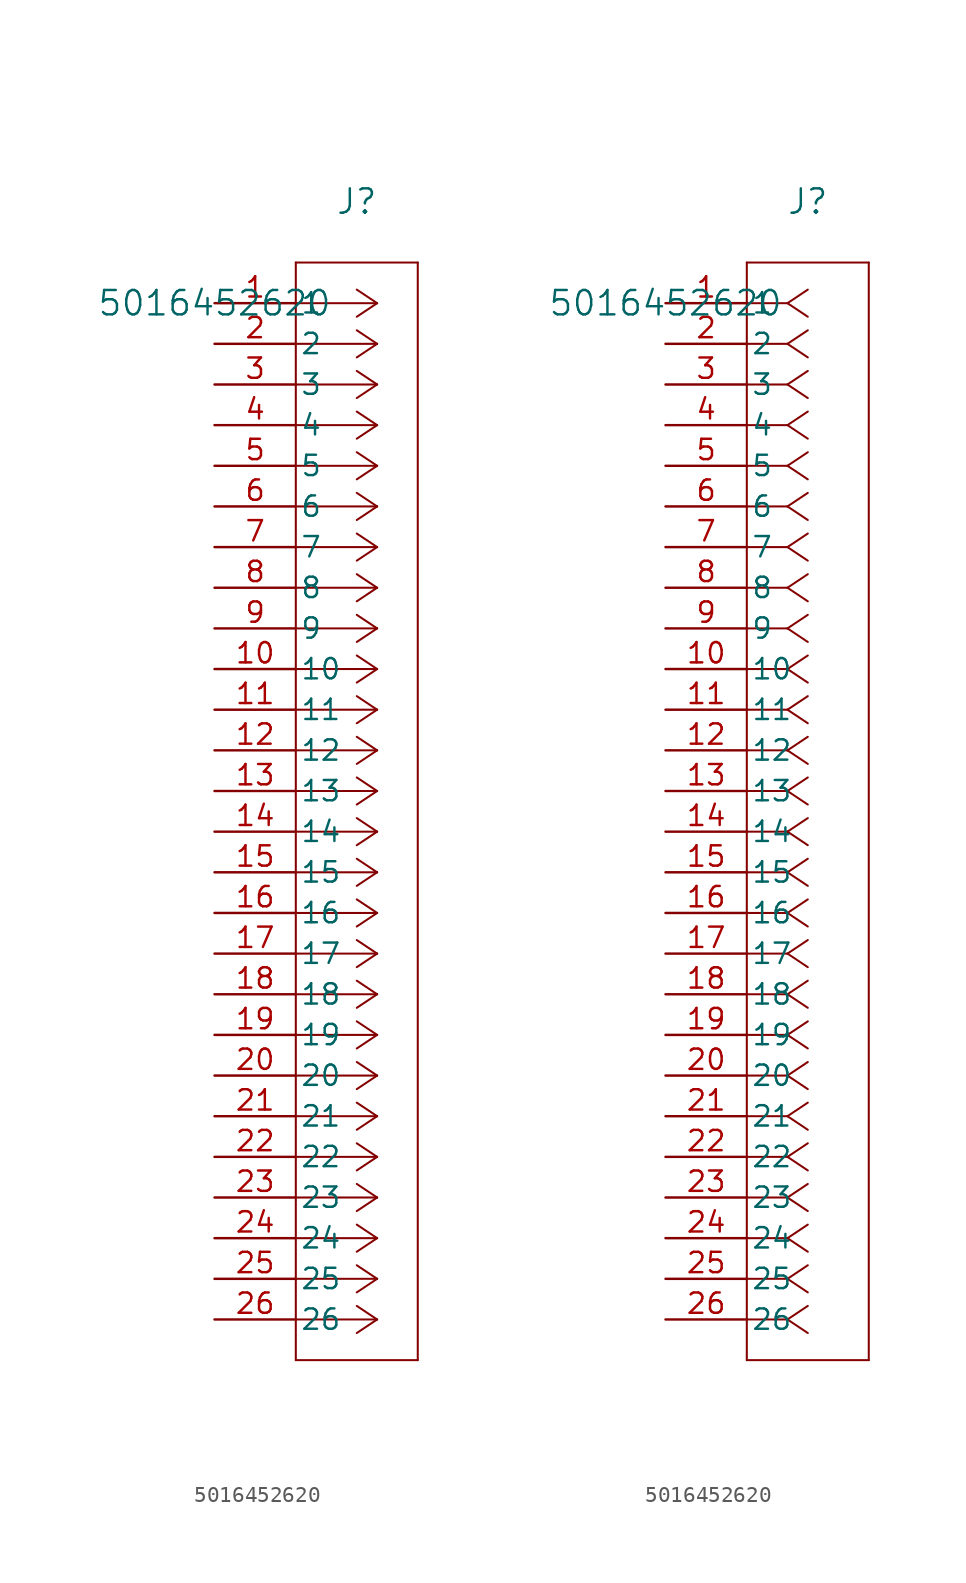
<source format=kicad_sym>
(kicad_symbol_lib
  (version 20211014)
  (generator kicad_symbol_editor)
  (symbol "5016452620"
    (pin_names
      (offset 0.254))
    (property "Reference" "J"
      (at 8.89 6.35 0)
      (effects (font (size 1.524 1.524))))
    (property "Value" "5016452620"
      (at 0 0 0)
      (effects (font (size 1.524 1.524))))
    (symbol "5016452620_1_1"
      (polyline (pts (xy 10.16 0) (xy 5.08 0)) (stroke (width 0.127) (type default) (color 0 0 0 0)) (fill (type none)))
      (polyline (pts (xy 10.16 -2.54) (xy 5.08 -2.54)) (stroke (width 0.127) (type default) (color 0 0 0 0)) (fill (type none)))
      (polyline (pts (xy 10.16 -5.08) (xy 5.08 -5.08)) (stroke (width 0.127) (type default) (color 0 0 0 0)) (fill (type none)))
      (polyline (pts (xy 10.16 -7.62) (xy 5.08 -7.62)) (stroke (width 0.127) (type default) (color 0 0 0 0)) (fill (type none)))
      (polyline (pts (xy 10.16 -10.16) (xy 5.08 -10.16)) (stroke (width 0.127) (type default) (color 0 0 0 0)) (fill (type none)))
      (polyline (pts (xy 10.16 -12.7) (xy 5.08 -12.7)) (stroke (width 0.127) (type default) (color 0 0 0 0)) (fill (type none)))
      (polyline (pts (xy 10.16 -15.24) (xy 5.08 -15.24)) (stroke (width 0.127) (type default) (color 0 0 0 0)) (fill (type none)))
      (polyline (pts (xy 10.16 -17.78) (xy 5.08 -17.78)) (stroke (width 0.127) (type default) (color 0 0 0 0)) (fill (type none)))
      (polyline (pts (xy 10.16 -20.32) (xy 5.08 -20.32)) (stroke (width 0.127) (type default) (color 0 0 0 0)) (fill (type none)))
      (polyline (pts (xy 10.16 -22.86) (xy 5.08 -22.86)) (stroke (width 0.127) (type default) (color 0 0 0 0)) (fill (type none)))
      (polyline (pts (xy 10.16 -25.4) (xy 5.08 -25.4)) (stroke (width 0.127) (type default) (color 0 0 0 0)) (fill (type none)))
      (polyline (pts (xy 10.16 -27.94) (xy 5.08 -27.94)) (stroke (width 0.127) (type default) (color 0 0 0 0)) (fill (type none)))
      (polyline (pts (xy 10.16 -30.48) (xy 5.08 -30.48)) (stroke (width 0.127) (type default) (color 0 0 0 0)) (fill (type none)))
      (polyline (pts (xy 10.16 -33.02) (xy 5.08 -33.02)) (stroke (width 0.127) (type default) (color 0 0 0 0)) (fill (type none)))
      (polyline (pts (xy 10.16 -35.56) (xy 5.08 -35.56)) (stroke (width 0.127) (type default) (color 0 0 0 0)) (fill (type none)))
      (polyline (pts (xy 10.16 -38.1) (xy 5.08 -38.1)) (stroke (width 0.127) (type default) (color 0 0 0 0)) (fill (type none)))
      (polyline (pts (xy 10.16 -40.64) (xy 5.08 -40.64)) (stroke (width 0.127) (type default) (color 0 0 0 0)) (fill (type none)))
      (polyline (pts (xy 10.16 -43.18) (xy 5.08 -43.18)) (stroke (width 0.127) (type default) (color 0 0 0 0)) (fill (type none)))
      (polyline (pts (xy 10.16 -45.72) (xy 5.08 -45.72)) (stroke (width 0.127) (type default) (color 0 0 0 0)) (fill (type none)))
      (polyline (pts (xy 10.16 -48.26) (xy 5.08 -48.26)) (stroke (width 0.127) (type default) (color 0 0 0 0)) (fill (type none)))
      (polyline (pts (xy 10.16 -50.8) (xy 5.08 -50.8)) (stroke (width 0.127) (type default) (color 0 0 0 0)) (fill (type none)))
      (polyline (pts (xy 10.16 -53.34) (xy 5.08 -53.34)) (stroke (width 0.127) (type default) (color 0 0 0 0)) (fill (type none)))
      (polyline (pts (xy 10.16 -55.88) (xy 5.08 -55.88)) (stroke (width 0.127) (type default) (color 0 0 0 0)) (fill (type none)))
      (polyline (pts (xy 10.16 -58.42) (xy 5.08 -58.42)) (stroke (width 0.127) (type default) (color 0 0 0 0)) (fill (type none)))
      (polyline (pts (xy 10.16 -60.96) (xy 5.08 -60.96)) (stroke (width 0.127) (type default) (color 0 0 0 0)) (fill (type none)))
      (polyline (pts (xy 10.16 -63.5) (xy 5.08 -63.5)) (stroke (width 0.127) (type default) (color 0 0 0 0)) (fill (type none)))
      (polyline (pts (xy 10.16 0) (xy 8.89 0.847)) (stroke (width 0.127) (type default) (color 0 0 0 0)) (fill (type none)))
      (polyline (pts (xy 10.16 -2.54) (xy 8.89 -1.693)) (stroke (width 0.127) (type default) (color 0 0 0 0)) (fill (type none)))
      (polyline (pts (xy 10.16 -5.08) (xy 8.89 -4.233)) (stroke (width 0.127) (type default) (color 0 0 0 0)) (fill (type none)))
      (polyline (pts (xy 10.16 -7.62) (xy 8.89 -6.773)) (stroke (width 0.127) (type default) (color 0 0 0 0)) (fill (type none)))
      (polyline (pts (xy 10.16 -10.16) (xy 8.89 -9.313)) (stroke (width 0.127) (type default) (color 0 0 0 0)) (fill (type none)))
      (polyline (pts (xy 10.16 -12.7) (xy 8.89 -11.853)) (stroke (width 0.127) (type default) (color 0 0 0 0)) (fill (type none)))
      (polyline (pts (xy 10.16 -15.24) (xy 8.89 -14.393)) (stroke (width 0.127) (type default) (color 0 0 0 0)) (fill (type none)))
      (polyline (pts (xy 10.16 -17.78) (xy 8.89 -16.933)) (stroke (width 0.127) (type default) (color 0 0 0 0)) (fill (type none)))
      (polyline (pts (xy 10.16 -20.32) (xy 8.89 -19.473)) (stroke (width 0.127) (type default) (color 0 0 0 0)) (fill (type none)))
      (polyline (pts (xy 10.16 -22.86) (xy 8.89 -22.013)) (stroke (width 0.127) (type default) (color 0 0 0 0)) (fill (type none)))
      (polyline (pts (xy 10.16 -25.4) (xy 8.89 -24.553)) (stroke (width 0.127) (type default) (color 0 0 0 0)) (fill (type none)))
      (polyline (pts (xy 10.16 -27.94) (xy 8.89 -27.093)) (stroke (width 0.127) (type default) (color 0 0 0 0)) (fill (type none)))
      (polyline (pts (xy 10.16 -30.48) (xy 8.89 -29.633)) (stroke (width 0.127) (type default) (color 0 0 0 0)) (fill (type none)))
      (polyline (pts (xy 10.16 -33.02) (xy 8.89 -32.173)) (stroke (width 0.127) (type default) (color 0 0 0 0)) (fill (type none)))
      (polyline (pts (xy 10.16 -35.56) (xy 8.89 -34.713)) (stroke (width 0.127) (type default) (color 0 0 0 0)) (fill (type none)))
      (polyline (pts (xy 10.16 -38.1) (xy 8.89 -37.253)) (stroke (width 0.127) (type default) (color 0 0 0 0)) (fill (type none)))
      (polyline (pts (xy 10.16 -40.64) (xy 8.89 -39.793)) (stroke (width 0.127) (type default) (color 0 0 0 0)) (fill (type none)))
      (polyline (pts (xy 10.16 -43.18) (xy 8.89 -42.333)) (stroke (width 0.127) (type default) (color 0 0 0 0)) (fill (type none)))
      (polyline (pts (xy 10.16 -45.72) (xy 8.89 -44.873)) (stroke (width 0.127) (type default) (color 0 0 0 0)) (fill (type none)))
      (polyline (pts (xy 10.16 -48.26) (xy 8.89 -47.413)) (stroke (width 0.127) (type default) (color 0 0 0 0)) (fill (type none)))
      (polyline (pts (xy 10.16 -50.8) (xy 8.89 -49.953)) (stroke (width 0.127) (type default) (color 0 0 0 0)) (fill (type none)))
      (polyline (pts (xy 10.16 -53.34) (xy 8.89 -52.493)) (stroke (width 0.127) (type default) (color 0 0 0 0)) (fill (type none)))
      (polyline (pts (xy 10.16 -55.88) (xy 8.89 -55.033)) (stroke (width 0.127) (type default) (color 0 0 0 0)) (fill (type none)))
      (polyline (pts (xy 10.16 -58.42) (xy 8.89 -57.573)) (stroke (width 0.127) (type default) (color 0 0 0 0)) (fill (type none)))
      (polyline (pts (xy 10.16 -60.96) (xy 8.89 -60.113)) (stroke (width 0.127) (type default) (color 0 0 0 0)) (fill (type none)))
      (polyline (pts (xy 10.16 -63.5) (xy 8.89 -62.653)) (stroke (width 0.127) (type default) (color 0 0 0 0)) (fill (type none)))
      (polyline (pts (xy 10.16 0) (xy 8.89 -0.847)) (stroke (width 0.127) (type default) (color 0 0 0 0)) (fill (type none)))
      (polyline (pts (xy 10.16 -2.54) (xy 8.89 -3.387)) (stroke (width 0.127) (type default) (color 0 0 0 0)) (fill (type none)))
      (polyline (pts (xy 10.16 -5.08) (xy 8.89 -5.927)) (stroke (width 0.127) (type default) (color 0 0 0 0)) (fill (type none)))
      (polyline (pts (xy 10.16 -7.62) (xy 8.89 -8.467)) (stroke (width 0.127) (type default) (color 0 0 0 0)) (fill (type none)))
      (polyline (pts (xy 10.16 -10.16) (xy 8.89 -11.007)) (stroke (width 0.127) (type default) (color 0 0 0 0)) (fill (type none)))
      (polyline (pts (xy 10.16 -12.7) (xy 8.89 -13.547)) (stroke (width 0.127) (type default) (color 0 0 0 0)) (fill (type none)))
      (polyline (pts (xy 10.16 -15.24) (xy 8.89 -16.087)) (stroke (width 0.127) (type default) (color 0 0 0 0)) (fill (type none)))
      (polyline (pts (xy 10.16 -17.78) (xy 8.89 -18.627)) (stroke (width 0.127) (type default) (color 0 0 0 0)) (fill (type none)))
      (polyline (pts (xy 10.16 -20.32) (xy 8.89 -21.167)) (stroke (width 0.127) (type default) (color 0 0 0 0)) (fill (type none)))
      (polyline (pts (xy 10.16 -22.86) (xy 8.89 -23.707)) (stroke (width 0.127) (type default) (color 0 0 0 0)) (fill (type none)))
      (polyline (pts (xy 10.16 -25.4) (xy 8.89 -26.247)) (stroke (width 0.127) (type default) (color 0 0 0 0)) (fill (type none)))
      (polyline (pts (xy 10.16 -27.94) (xy 8.89 -28.787)) (stroke (width 0.127) (type default) (color 0 0 0 0)) (fill (type none)))
      (polyline (pts (xy 10.16 -30.48) (xy 8.89 -31.327)) (stroke (width 0.127) (type default) (color 0 0 0 0)) (fill (type none)))
      (polyline (pts (xy 10.16 -33.02) (xy 8.89 -33.867)) (stroke (width 0.127) (type default) (color 0 0 0 0)) (fill (type none)))
      (polyline (pts (xy 10.16 -35.56) (xy 8.89 -36.407)) (stroke (width 0.127) (type default) (color 0 0 0 0)) (fill (type none)))
      (polyline (pts (xy 10.16 -38.1) (xy 8.89 -38.947)) (stroke (width 0.127) (type default) (color 0 0 0 0)) (fill (type none)))
      (polyline (pts (xy 10.16 -40.64) (xy 8.89 -41.487)) (stroke (width 0.127) (type default) (color 0 0 0 0)) (fill (type none)))
      (polyline (pts (xy 10.16 -43.18) (xy 8.89 -44.027)) (stroke (width 0.127) (type default) (color 0 0 0 0)) (fill (type none)))
      (polyline (pts (xy 10.16 -45.72) (xy 8.89 -46.567)) (stroke (width 0.127) (type default) (color 0 0 0 0)) (fill (type none)))
      (polyline (pts (xy 10.16 -48.26) (xy 8.89 -49.107)) (stroke (width 0.127) (type default) (color 0 0 0 0)) (fill (type none)))
      (polyline (pts (xy 10.16 -50.8) (xy 8.89 -51.647)) (stroke (width 0.127) (type default) (color 0 0 0 0)) (fill (type none)))
      (polyline (pts (xy 10.16 -53.34) (xy 8.89 -54.187)) (stroke (width 0.127) (type default) (color 0 0 0 0)) (fill (type none)))
      (polyline (pts (xy 10.16 -55.88) (xy 8.89 -56.727)) (stroke (width 0.127) (type default) (color 0 0 0 0)) (fill (type none)))
      (polyline (pts (xy 10.16 -58.42) (xy 8.89 -59.267)) (stroke (width 0.127) (type default) (color 0 0 0 0)) (fill (type none)))
      (polyline (pts (xy 10.16 -60.96) (xy 8.89 -61.807)) (stroke (width 0.127) (type default) (color 0 0 0 0)) (fill (type none)))
      (polyline (pts (xy 10.16 -63.5) (xy 8.89 -64.347)) (stroke (width 0.127) (type default) (color 0 0 0 0)) (fill (type none)))
      (polyline (pts (xy 5.08 2.54) (xy 5.08 -66.04)) (stroke (width 0.127) (type default) (color 0 0 0 0)) (fill (type none)))
      (polyline (pts (xy 5.08 -66.04) (xy 12.7 -66.04)) (stroke (width 0.127) (type default) (color 0 0 0 0)) (fill (type none)))
      (polyline (pts (xy 12.7 -66.04) (xy 12.7 2.54)) (stroke (width 0.127) (type default) (color 0 0 0 0)) (fill (type none)))
      (polyline (pts (xy 12.7 2.54) (xy 5.08 2.54)) (stroke (width 0.127) (type default) (color 0 0 0 0)) (fill (type none)))
      (pin unspecified line (at 0 0 0) (length 5.08) (name "1" (effects (font (size 1.27 1.27)))) (number "1" (effects (font (size 1.27 1.27)))))
      (pin unspecified line (at 0 -2.54 0) (length 5.08) (name "2" (effects (font (size 1.27 1.27)))) (number "2" (effects (font (size 1.27 1.27)))))
      (pin unspecified line (at 0 -5.08 0) (length 5.08) (name "3" (effects (font (size 1.27 1.27)))) (number "3" (effects (font (size 1.27 1.27)))))
      (pin unspecified line (at 0 -7.62 0) (length 5.08) (name "4" (effects (font (size 1.27 1.27)))) (number "4" (effects (font (size 1.27 1.27)))))
      (pin unspecified line (at 0 -10.16 0) (length 5.08) (name "5" (effects (font (size 1.27 1.27)))) (number "5" (effects (font (size 1.27 1.27)))))
      (pin unspecified line (at 0 -12.7 0) (length 5.08) (name "6" (effects (font (size 1.27 1.27)))) (number "6" (effects (font (size 1.27 1.27)))))
      (pin unspecified line (at 0 -15.24 0) (length 5.08) (name "7" (effects (font (size 1.27 1.27)))) (number "7" (effects (font (size 1.27 1.27)))))
      (pin unspecified line (at 0 -17.78 0) (length 5.08) (name "8" (effects (font (size 1.27 1.27)))) (number "8" (effects (font (size 1.27 1.27)))))
      (pin unspecified line (at 0 -20.32 0) (length 5.08) (name "9" (effects (font (size 1.27 1.27)))) (number "9" (effects (font (size 1.27 1.27)))))
      (pin unspecified line (at 0 -22.86 0) (length 5.08) (name "10" (effects (font (size 1.27 1.27)))) (number "10" (effects (font (size 1.27 1.27)))))
      (pin unspecified line (at 0 -25.4 0) (length 5.08) (name "11" (effects (font (size 1.27 1.27)))) (number "11" (effects (font (size 1.27 1.27)))))
      (pin unspecified line (at 0 -27.94 0) (length 5.08) (name "12" (effects (font (size 1.27 1.27)))) (number "12" (effects (font (size 1.27 1.27)))))
      (pin unspecified line (at 0 -30.48 0) (length 5.08) (name "13" (effects (font (size 1.27 1.27)))) (number "13" (effects (font (size 1.27 1.27)))))
      (pin unspecified line (at 0 -33.02 0) (length 5.08) (name "14" (effects (font (size 1.27 1.27)))) (number "14" (effects (font (size 1.27 1.27)))))
      (pin unspecified line (at 0 -35.56 0) (length 5.08) (name "15" (effects (font (size 1.27 1.27)))) (number "15" (effects (font (size 1.27 1.27)))))
      (pin unspecified line (at 0 -38.1 0) (length 5.08) (name "16" (effects (font (size 1.27 1.27)))) (number "16" (effects (font (size 1.27 1.27)))))
      (pin unspecified line (at 0 -40.64 0) (length 5.08) (name "17" (effects (font (size 1.27 1.27)))) (number "17" (effects (font (size 1.27 1.27)))))
      (pin unspecified line (at 0 -43.18 0) (length 5.08) (name "18" (effects (font (size 1.27 1.27)))) (number "18" (effects (font (size 1.27 1.27)))))
      (pin unspecified line (at 0 -45.72 0) (length 5.08) (name "19" (effects (font (size 1.27 1.27)))) (number "19" (effects (font (size 1.27 1.27)))))
      (pin unspecified line (at 0 -48.26 0) (length 5.08) (name "20" (effects (font (size 1.27 1.27)))) (number "20" (effects (font (size 1.27 1.27)))))
      (pin unspecified line (at 0 -50.8 0) (length 5.08) (name "21" (effects (font (size 1.27 1.27)))) (number "21" (effects (font (size 1.27 1.27)))))
      (pin unspecified line (at 0 -53.34 0) (length 5.08) (name "22" (effects (font (size 1.27 1.27)))) (number "22" (effects (font (size 1.27 1.27)))))
      (pin unspecified line (at 0 -55.88 0) (length 5.08) (name "23" (effects (font (size 1.27 1.27)))) (number "23" (effects (font (size 1.27 1.27)))))
      (pin unspecified line (at 0 -58.42 0) (length 5.08) (name "24" (effects (font (size 1.27 1.27)))) (number "24" (effects (font (size 1.27 1.27)))))
      (pin unspecified line (at 0 -60.96 0) (length 5.08) (name "25" (effects (font (size 1.27 1.27)))) (number "25" (effects (font (size 1.27 1.27)))))
      (pin unspecified line (at 0 -63.5 0) (length 5.08) (name "26" (effects (font (size 1.27 1.27)))) (number "26" (effects (font (size 1.27 1.27))))))
    (symbol "5016452620_1_2"
      (polyline (pts (xy 7.62 0) (xy 5.08 0)) (stroke (width 0.127) (type default) (color 0 0 0 0)) (fill (type none)))
      (polyline (pts (xy 7.62 -2.54) (xy 5.08 -2.54)) (stroke (width 0.127) (type default) (color 0 0 0 0)) (fill (type none)))
      (polyline (pts (xy 7.62 -5.08) (xy 5.08 -5.08)) (stroke (width 0.127) (type default) (color 0 0 0 0)) (fill (type none)))
      (polyline (pts (xy 7.62 -7.62) (xy 5.08 -7.62)) (stroke (width 0.127) (type default) (color 0 0 0 0)) (fill (type none)))
      (polyline (pts (xy 7.62 -10.16) (xy 5.08 -10.16)) (stroke (width 0.127) (type default) (color 0 0 0 0)) (fill (type none)))
      (polyline (pts (xy 7.62 -12.7) (xy 5.08 -12.7)) (stroke (width 0.127) (type default) (color 0 0 0 0)) (fill (type none)))
      (polyline (pts (xy 7.62 -15.24) (xy 5.08 -15.24)) (stroke (width 0.127) (type default) (color 0 0 0 0)) (fill (type none)))
      (polyline (pts (xy 7.62 -17.78) (xy 5.08 -17.78)) (stroke (width 0.127) (type default) (color 0 0 0 0)) (fill (type none)))
      (polyline (pts (xy 7.62 -20.32) (xy 5.08 -20.32)) (stroke (width 0.127) (type default) (color 0 0 0 0)) (fill (type none)))
      (polyline (pts (xy 7.62 -22.86) (xy 5.08 -22.86)) (stroke (width 0.127) (type default) (color 0 0 0 0)) (fill (type none)))
      (polyline (pts (xy 7.62 -25.4) (xy 5.08 -25.4)) (stroke (width 0.127) (type default) (color 0 0 0 0)) (fill (type none)))
      (polyline (pts (xy 7.62 -27.94) (xy 5.08 -27.94)) (stroke (width 0.127) (type default) (color 0 0 0 0)) (fill (type none)))
      (polyline (pts (xy 7.62 -30.48) (xy 5.08 -30.48)) (stroke (width 0.127) (type default) (color 0 0 0 0)) (fill (type none)))
      (polyline (pts (xy 7.62 -33.02) (xy 5.08 -33.02)) (stroke (width 0.127) (type default) (color 0 0 0 0)) (fill (type none)))
      (polyline (pts (xy 7.62 -35.56) (xy 5.08 -35.56)) (stroke (width 0.127) (type default) (color 0 0 0 0)) (fill (type none)))
      (polyline (pts (xy 7.62 -38.1) (xy 5.08 -38.1)) (stroke (width 0.127) (type default) (color 0 0 0 0)) (fill (type none)))
      (polyline (pts (xy 7.62 -40.64) (xy 5.08 -40.64)) (stroke (width 0.127) (type default) (color 0 0 0 0)) (fill (type none)))
      (polyline (pts (xy 7.62 -43.18) (xy 5.08 -43.18)) (stroke (width 0.127) (type default) (color 0 0 0 0)) (fill (type none)))
      (polyline (pts (xy 7.62 -45.72) (xy 5.08 -45.72)) (stroke (width 0.127) (type default) (color 0 0 0 0)) (fill (type none)))
      (polyline (pts (xy 7.62 -48.26) (xy 5.08 -48.26)) (stroke (width 0.127) (type default) (color 0 0 0 0)) (fill (type none)))
      (polyline (pts (xy 7.62 -50.8) (xy 5.08 -50.8)) (stroke (width 0.127) (type default) (color 0 0 0 0)) (fill (type none)))
      (polyline (pts (xy 7.62 -53.34) (xy 5.08 -53.34)) (stroke (width 0.127) (type default) (color 0 0 0 0)) (fill (type none)))
      (polyline (pts (xy 7.62 -55.88) (xy 5.08 -55.88)) (stroke (width 0.127) (type default) (color 0 0 0 0)) (fill (type none)))
      (polyline (pts (xy 7.62 -58.42) (xy 5.08 -58.42)) (stroke (width 0.127) (type default) (color 0 0 0 0)) (fill (type none)))
      (polyline (pts (xy 7.62 -60.96) (xy 5.08 -60.96)) (stroke (width 0.127) (type default) (color 0 0 0 0)) (fill (type none)))
      (polyline (pts (xy 7.62 -63.5) (xy 5.08 -63.5)) (stroke (width 0.127) (type default) (color 0 0 0 0)) (fill (type none)))
      (polyline (pts (xy 7.62 0) (xy 8.89 0.847)) (stroke (width 0.127) (type default) (color 0 0 0 0)) (fill (type none)))
      (polyline (pts (xy 7.62 -2.54) (xy 8.89 -1.693)) (stroke (width 0.127) (type default) (color 0 0 0 0)) (fill (type none)))
      (polyline (pts (xy 7.62 -5.08) (xy 8.89 -4.233)) (stroke (width 0.127) (type default) (color 0 0 0 0)) (fill (type none)))
      (polyline (pts (xy 7.62 -7.62) (xy 8.89 -6.773)) (stroke (width 0.127) (type default) (color 0 0 0 0)) (fill (type none)))
      (polyline (pts (xy 7.62 -10.16) (xy 8.89 -9.313)) (stroke (width 0.127) (type default) (color 0 0 0 0)) (fill (type none)))
      (polyline (pts (xy 7.62 -12.7) (xy 8.89 -11.853)) (stroke (width 0.127) (type default) (color 0 0 0 0)) (fill (type none)))
      (polyline (pts (xy 7.62 -15.24) (xy 8.89 -14.393)) (stroke (width 0.127) (type default) (color 0 0 0 0)) (fill (type none)))
      (polyline (pts (xy 7.62 -17.78) (xy 8.89 -16.933)) (stroke (width 0.127) (type default) (color 0 0 0 0)) (fill (type none)))
      (polyline (pts (xy 7.62 -20.32) (xy 8.89 -19.473)) (stroke (width 0.127) (type default) (color 0 0 0 0)) (fill (type none)))
      (polyline (pts (xy 7.62 -22.86) (xy 8.89 -22.013)) (stroke (width 0.127) (type default) (color 0 0 0 0)) (fill (type none)))
      (polyline (pts (xy 7.62 -25.4) (xy 8.89 -24.553)) (stroke (width 0.127) (type default) (color 0 0 0 0)) (fill (type none)))
      (polyline (pts (xy 7.62 -27.94) (xy 8.89 -27.093)) (stroke (width 0.127) (type default) (color 0 0 0 0)) (fill (type none)))
      (polyline (pts (xy 7.62 -30.48) (xy 8.89 -29.633)) (stroke (width 0.127) (type default) (color 0 0 0 0)) (fill (type none)))
      (polyline (pts (xy 7.62 -33.02) (xy 8.89 -32.173)) (stroke (width 0.127) (type default) (color 0 0 0 0)) (fill (type none)))
      (polyline (pts (xy 7.62 -35.56) (xy 8.89 -34.713)) (stroke (width 0.127) (type default) (color 0 0 0 0)) (fill (type none)))
      (polyline (pts (xy 7.62 -38.1) (xy 8.89 -37.253)) (stroke (width 0.127) (type default) (color 0 0 0 0)) (fill (type none)))
      (polyline (pts (xy 7.62 -40.64) (xy 8.89 -39.793)) (stroke (width 0.127) (type default) (color 0 0 0 0)) (fill (type none)))
      (polyline (pts (xy 7.62 -43.18) (xy 8.89 -42.333)) (stroke (width 0.127) (type default) (color 0 0 0 0)) (fill (type none)))
      (polyline (pts (xy 7.62 -45.72) (xy 8.89 -44.873)) (stroke (width 0.127) (type default) (color 0 0 0 0)) (fill (type none)))
      (polyline (pts (xy 7.62 -48.26) (xy 8.89 -47.413)) (stroke (width 0.127) (type default) (color 0 0 0 0)) (fill (type none)))
      (polyline (pts (xy 7.62 -50.8) (xy 8.89 -49.953)) (stroke (width 0.127) (type default) (color 0 0 0 0)) (fill (type none)))
      (polyline (pts (xy 7.62 -53.34) (xy 8.89 -52.493)) (stroke (width 0.127) (type default) (color 0 0 0 0)) (fill (type none)))
      (polyline (pts (xy 7.62 -55.88) (xy 8.89 -55.033)) (stroke (width 0.127) (type default) (color 0 0 0 0)) (fill (type none)))
      (polyline (pts (xy 7.62 -58.42) (xy 8.89 -57.573)) (stroke (width 0.127) (type default) (color 0 0 0 0)) (fill (type none)))
      (polyline (pts (xy 7.62 -60.96) (xy 8.89 -60.113)) (stroke (width 0.127) (type default) (color 0 0 0 0)) (fill (type none)))
      (polyline (pts (xy 7.62 -63.5) (xy 8.89 -62.653)) (stroke (width 0.127) (type default) (color 0 0 0 0)) (fill (type none)))
      (polyline (pts (xy 7.62 0) (xy 8.89 -0.847)) (stroke (width 0.127) (type default) (color 0 0 0 0)) (fill (type none)))
      (polyline (pts (xy 7.62 -2.54) (xy 8.89 -3.387)) (stroke (width 0.127) (type default) (color 0 0 0 0)) (fill (type none)))
      (polyline (pts (xy 7.62 -5.08) (xy 8.89 -5.927)) (stroke (width 0.127) (type default) (color 0 0 0 0)) (fill (type none)))
      (polyline (pts (xy 7.62 -7.62) (xy 8.89 -8.467)) (stroke (width 0.127) (type default) (color 0 0 0 0)) (fill (type none)))
      (polyline (pts (xy 7.62 -10.16) (xy 8.89 -11.007)) (stroke (width 0.127) (type default) (color 0 0 0 0)) (fill (type none)))
      (polyline (pts (xy 7.62 -12.7) (xy 8.89 -13.547)) (stroke (width 0.127) (type default) (color 0 0 0 0)) (fill (type none)))
      (polyline (pts (xy 7.62 -15.24) (xy 8.89 -16.087)) (stroke (width 0.127) (type default) (color 0 0 0 0)) (fill (type none)))
      (polyline (pts (xy 7.62 -17.78) (xy 8.89 -18.627)) (stroke (width 0.127) (type default) (color 0 0 0 0)) (fill (type none)))
      (polyline (pts (xy 7.62 -20.32) (xy 8.89 -21.167)) (stroke (width 0.127) (type default) (color 0 0 0 0)) (fill (type none)))
      (polyline (pts (xy 7.62 -22.86) (xy 8.89 -23.707)) (stroke (width 0.127) (type default) (color 0 0 0 0)) (fill (type none)))
      (polyline (pts (xy 7.62 -25.4) (xy 8.89 -26.247)) (stroke (width 0.127) (type default) (color 0 0 0 0)) (fill (type none)))
      (polyline (pts (xy 7.62 -27.94) (xy 8.89 -28.787)) (stroke (width 0.127) (type default) (color 0 0 0 0)) (fill (type none)))
      (polyline (pts (xy 7.62 -30.48) (xy 8.89 -31.327)) (stroke (width 0.127) (type default) (color 0 0 0 0)) (fill (type none)))
      (polyline (pts (xy 7.62 -33.02) (xy 8.89 -33.867)) (stroke (width 0.127) (type default) (color 0 0 0 0)) (fill (type none)))
      (polyline (pts (xy 7.62 -35.56) (xy 8.89 -36.407)) (stroke (width 0.127) (type default) (color 0 0 0 0)) (fill (type none)))
      (polyline (pts (xy 7.62 -38.1) (xy 8.89 -38.947)) (stroke (width 0.127) (type default) (color 0 0 0 0)) (fill (type none)))
      (polyline (pts (xy 7.62 -40.64) (xy 8.89 -41.487)) (stroke (width 0.127) (type default) (color 0 0 0 0)) (fill (type none)))
      (polyline (pts (xy 7.62 -43.18) (xy 8.89 -44.027)) (stroke (width 0.127) (type default) (color 0 0 0 0)) (fill (type none)))
      (polyline (pts (xy 7.62 -45.72) (xy 8.89 -46.567)) (stroke (width 0.127) (type default) (color 0 0 0 0)) (fill (type none)))
      (polyline (pts (xy 7.62 -48.26) (xy 8.89 -49.107)) (stroke (width 0.127) (type default) (color 0 0 0 0)) (fill (type none)))
      (polyline (pts (xy 7.62 -50.8) (xy 8.89 -51.647)) (stroke (width 0.127) (type default) (color 0 0 0 0)) (fill (type none)))
      (polyline (pts (xy 7.62 -53.34) (xy 8.89 -54.187)) (stroke (width 0.127) (type default) (color 0 0 0 0)) (fill (type none)))
      (polyline (pts (xy 7.62 -55.88) (xy 8.89 -56.727)) (stroke (width 0.127) (type default) (color 0 0 0 0)) (fill (type none)))
      (polyline (pts (xy 7.62 -58.42) (xy 8.89 -59.267)) (stroke (width 0.127) (type default) (color 0 0 0 0)) (fill (type none)))
      (polyline (pts (xy 7.62 -60.96) (xy 8.89 -61.807)) (stroke (width 0.127) (type default) (color 0 0 0 0)) (fill (type none)))
      (polyline (pts (xy 7.62 -63.5) (xy 8.89 -64.347)) (stroke (width 0.127) (type default) (color 0 0 0 0)) (fill (type none)))
      (polyline (pts (xy 5.08 2.54) (xy 5.08 -66.04)) (stroke (width 0.127) (type default) (color 0 0 0 0)) (fill (type none)))
      (polyline (pts (xy 5.08 -66.04) (xy 12.7 -66.04)) (stroke (width 0.127) (type default) (color 0 0 0 0)) (fill (type none)))
      (polyline (pts (xy 12.7 -66.04) (xy 12.7 2.54)) (stroke (width 0.127) (type default) (color 0 0 0 0)) (fill (type none)))
      (polyline (pts (xy 12.7 2.54) (xy 5.08 2.54)) (stroke (width 0.127) (type default) (color 0 0 0 0)) (fill (type none)))
      (pin unspecified line (at 0 0 0) (length 5.08) (name "1" (effects (font (size 1.27 1.27)))) (number "1" (effects (font (size 1.27 1.27)))))
      (pin unspecified line (at 0 -2.54 0) (length 5.08) (name "2" (effects (font (size 1.27 1.27)))) (number "2" (effects (font (size 1.27 1.27)))))
      (pin unspecified line (at 0 -5.08 0) (length 5.08) (name "3" (effects (font (size 1.27 1.27)))) (number "3" (effects (font (size 1.27 1.27)))))
      (pin unspecified line (at 0 -7.62 0) (length 5.08) (name "4" (effects (font (size 1.27 1.27)))) (number "4" (effects (font (size 1.27 1.27)))))
      (pin unspecified line (at 0 -10.16 0) (length 5.08) (name "5" (effects (font (size 1.27 1.27)))) (number "5" (effects (font (size 1.27 1.27)))))
      (pin unspecified line (at 0 -12.7 0) (length 5.08) (name "6" (effects (font (size 1.27 1.27)))) (number "6" (effects (font (size 1.27 1.27)))))
      (pin unspecified line (at 0 -15.24 0) (length 5.08) (name "7" (effects (font (size 1.27 1.27)))) (number "7" (effects (font (size 1.27 1.27)))))
      (pin unspecified line (at 0 -17.78 0) (length 5.08) (name "8" (effects (font (size 1.27 1.27)))) (number "8" (effects (font (size 1.27 1.27)))))
      (pin unspecified line (at 0 -20.32 0) (length 5.08) (name "9" (effects (font (size 1.27 1.27)))) (number "9" (effects (font (size 1.27 1.27)))))
      (pin unspecified line (at 0 -22.86 0) (length 5.08) (name "10" (effects (font (size 1.27 1.27)))) (number "10" (effects (font (size 1.27 1.27)))))
      (pin unspecified line (at 0 -25.4 0) (length 5.08) (name "11" (effects (font (size 1.27 1.27)))) (number "11" (effects (font (size 1.27 1.27)))))
      (pin unspecified line (at 0 -27.94 0) (length 5.08) (name "12" (effects (font (size 1.27 1.27)))) (number "12" (effects (font (size 1.27 1.27)))))
      (pin unspecified line (at 0 -30.48 0) (length 5.08) (name "13" (effects (font (size 1.27 1.27)))) (number "13" (effects (font (size 1.27 1.27)))))
      (pin unspecified line (at 0 -33.02 0) (length 5.08) (name "14" (effects (font (size 1.27 1.27)))) (number "14" (effects (font (size 1.27 1.27)))))
      (pin unspecified line (at 0 -35.56 0) (length 5.08) (name "15" (effects (font (size 1.27 1.27)))) (number "15" (effects (font (size 1.27 1.27)))))
      (pin unspecified line (at 0 -38.1 0) (length 5.08) (name "16" (effects (font (size 1.27 1.27)))) (number "16" (effects (font (size 1.27 1.27)))))
      (pin unspecified line (at 0 -40.64 0) (length 5.08) (name "17" (effects (font (size 1.27 1.27)))) (number "17" (effects (font (size 1.27 1.27)))))
      (pin unspecified line (at 0 -43.18 0) (length 5.08) (name "18" (effects (font (size 1.27 1.27)))) (number "18" (effects (font (size 1.27 1.27)))))
      (pin unspecified line (at 0 -45.72 0) (length 5.08) (name "19" (effects (font (size 1.27 1.27)))) (number "19" (effects (font (size 1.27 1.27)))))
      (pin unspecified line (at 0 -48.26 0) (length 5.08) (name "20" (effects (font (size 1.27 1.27)))) (number "20" (effects (font (size 1.27 1.27)))))
      (pin unspecified line (at 0 -50.8 0) (length 5.08) (name "21" (effects (font (size 1.27 1.27)))) (number "21" (effects (font (size 1.27 1.27)))))
      (pin unspecified line (at 0 -53.34 0) (length 5.08) (name "22" (effects (font (size 1.27 1.27)))) (number "22" (effects (font (size 1.27 1.27)))))
      (pin unspecified line (at 0 -55.88 0) (length 5.08) (name "23" (effects (font (size 1.27 1.27)))) (number "23" (effects (font (size 1.27 1.27)))))
      (pin unspecified line (at 0 -58.42 0) (length 5.08) (name "24" (effects (font (size 1.27 1.27)))) (number "24" (effects (font (size 1.27 1.27)))))
      (pin unspecified line (at 0 -60.96 0) (length 5.08) (name "25" (effects (font (size 1.27 1.27)))) (number "25" (effects (font (size 1.27 1.27)))))
      (pin unspecified line (at 0 -63.5 0) (length 5.08) (name "26" (effects (font (size 1.27 1.27)))) (number "26" (effects (font (size 1.27 1.27))))))))
</source>
